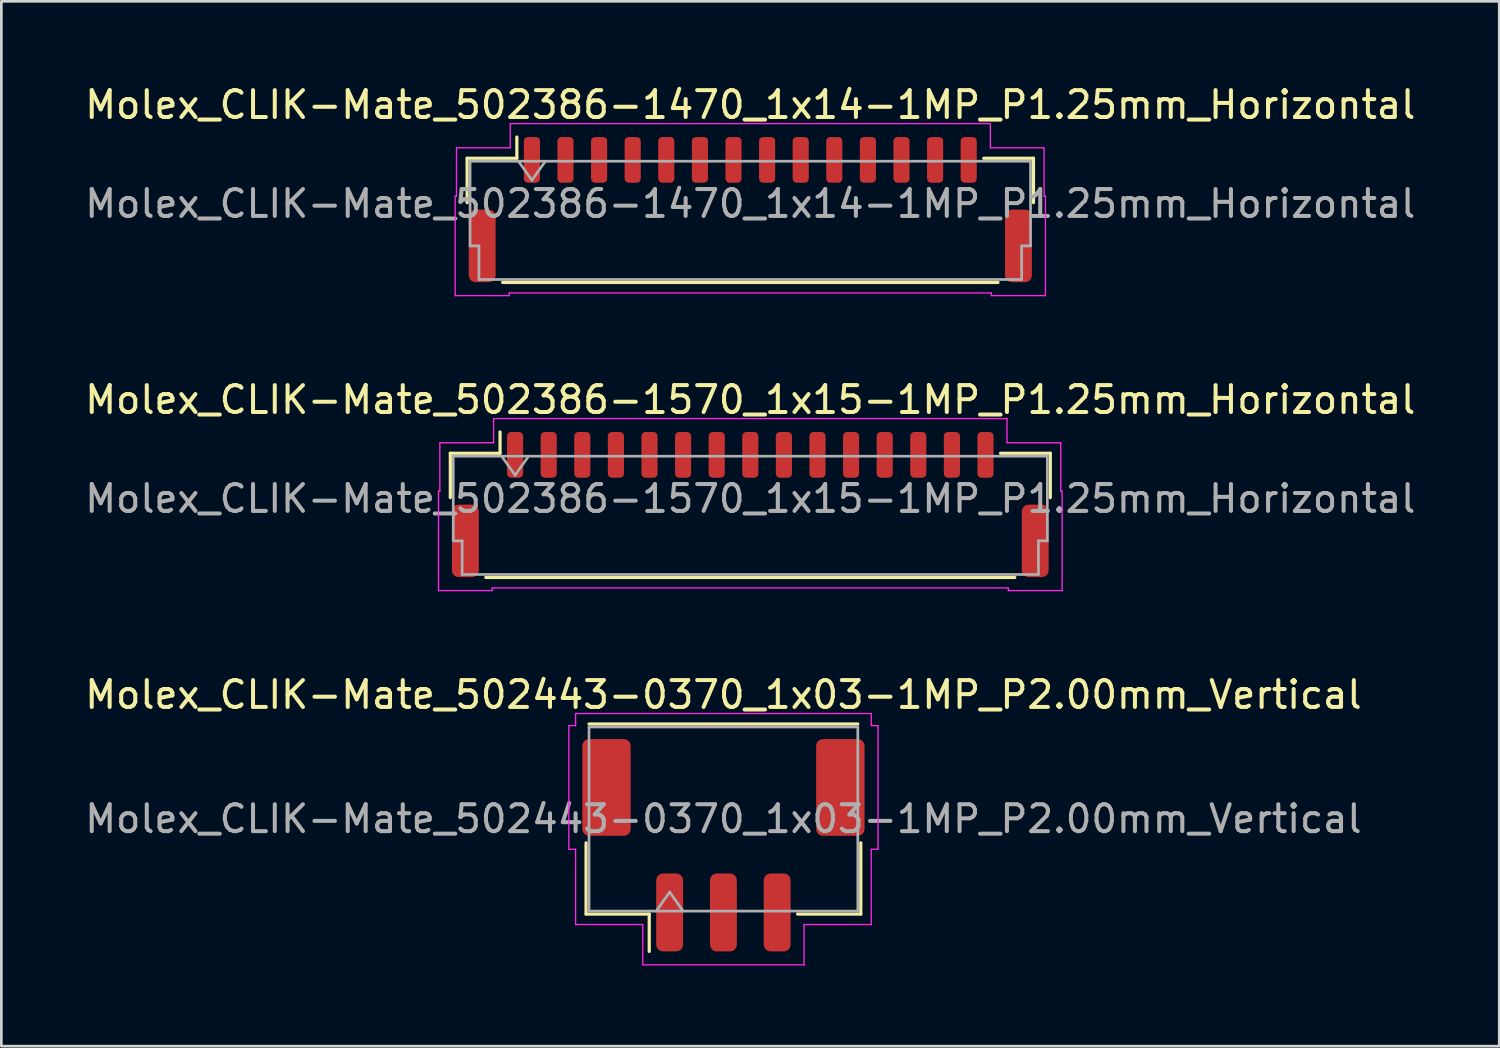
<source format=kicad_pcb>
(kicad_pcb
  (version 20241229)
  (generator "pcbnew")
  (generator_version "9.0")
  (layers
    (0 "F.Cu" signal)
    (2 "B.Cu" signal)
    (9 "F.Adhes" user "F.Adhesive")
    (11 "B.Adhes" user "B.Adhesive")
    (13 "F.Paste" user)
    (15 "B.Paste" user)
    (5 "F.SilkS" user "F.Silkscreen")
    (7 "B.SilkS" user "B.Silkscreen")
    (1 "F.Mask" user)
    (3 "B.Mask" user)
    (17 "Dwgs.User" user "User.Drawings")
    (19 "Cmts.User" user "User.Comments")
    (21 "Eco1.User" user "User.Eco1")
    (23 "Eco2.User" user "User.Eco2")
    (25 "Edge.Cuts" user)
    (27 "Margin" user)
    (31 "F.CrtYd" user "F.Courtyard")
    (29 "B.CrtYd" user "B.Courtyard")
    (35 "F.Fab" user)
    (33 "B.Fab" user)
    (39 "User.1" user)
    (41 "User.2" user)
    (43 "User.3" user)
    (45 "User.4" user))
  (footprint "Molex_CLIK-Mate_502386-1470_1x14-1MP_P1.25mm_Horizontal"
    (layer "F.Cu")
    (at 24.863 4.748)
    (property "Reference" "Molex_CLIK-Mate_502386-1470_1x14-1MP_P1.25mm_Horizontal" (at 0 -3.9 0) (layer "F.SilkS") (effects (font (size 1 1) (thickness 0.15))))
    (attr smd)
    (fp_line (start -10.535 -1.91) (end -8.685 -1.91) (stroke (width 0.12) (type solid)) (layer "F.SilkS"))
    (fp_line (start -10.535 -0.26) (end -10.535 -1.91) (stroke (width 0.12) (type solid)) (layer "F.SilkS"))
    (fp_line (start -9.215 2.71) (end 9.215 2.71) (stroke (width 0.12) (type solid)) (layer "F.SilkS"))
    (fp_line (start -8.685 -1.91) (end -8.685 -2.7) (stroke (width 0.12) (type solid)) (layer "F.SilkS"))
    (fp_line (start 10.535 -1.91) (end 8.685 -1.91) (stroke (width 0.12) (type solid)) (layer "F.SilkS"))
    (fp_line (start 10.535 -0.26) (end 10.535 -1.91) (stroke (width 0.12) (type solid)) (layer "F.SilkS"))
    (fp_line (start -10.98 -0.5) (end -10.93 -0.5) (stroke (width 0.05) (type solid)) (layer "F.CrtYd"))
    (fp_line (start -10.98 3.2) (end -10.98 -0.5) (stroke (width 0.05) (type solid)) (layer "F.CrtYd"))
    (fp_line (start -10.93 -2.3) (end -8.93 -2.3) (stroke (width 0.05) (type solid)) (layer "F.CrtYd"))
    (fp_line (start -10.93 -0.5) (end -10.93 -2.3) (stroke (width 0.05) (type solid)) (layer "F.CrtYd"))
    (fp_line (start -8.97 3.1) (end -8.97 3.2) (stroke (width 0.05) (type solid)) (layer "F.CrtYd"))
    (fp_line (start -8.97 3.2) (end -10.98 3.2) (stroke (width 0.05) (type solid)) (layer "F.CrtYd"))
    (fp_line (start -8.93 -3.2) (end 8.93 -3.2) (stroke (width 0.05) (type solid)) (layer "F.CrtYd"))
    (fp_line (start -8.93 -2.3) (end -8.93 -3.2) (stroke (width 0.05) (type solid)) (layer "F.CrtYd"))
    (fp_line (start 8.93 -3.2) (end 8.93 -2.3) (stroke (width 0.05) (type solid)) (layer "F.CrtYd"))
    (fp_line (start 8.93 -2.3) (end 10.93 -2.3) (stroke (width 0.05) (type solid)) (layer "F.CrtYd"))
    (fp_line (start 8.97 3.1) (end -8.97 3.1) (stroke (width 0.05) (type solid)) (layer "F.CrtYd"))
    (fp_line (start 8.97 3.2) (end 8.97 3.1) (stroke (width 0.05) (type solid)) (layer "F.CrtYd"))
    (fp_line (start 10.93 -2.3) (end 10.93 -0.5) (stroke (width 0.05) (type solid)) (layer "F.CrtYd"))
    (fp_line (start 10.93 -0.5) (end 10.98 -0.5) (stroke (width 0.05) (type solid)) (layer "F.CrtYd"))
    (fp_line (start 10.98 -0.5) (end 10.98 3.2) (stroke (width 0.05) (type solid)) (layer "F.CrtYd"))
    (fp_line (start 10.98 3.2) (end 8.97 3.2) (stroke (width 0.05) (type solid)) (layer "F.CrtYd"))
    (fp_line (start -10.425 -1.8) (end -10.425 1.35) (stroke (width 0.1) (type solid)) (layer "F.Fab"))
    (fp_line (start -10.425 -1.8) (end 10.425 -1.8) (stroke (width 0.1) (type solid)) (layer "F.Fab"))
    (fp_line (start -10.425 1.35) (end -10.095 1.35) (stroke (width 0.1) (type solid)) (layer "F.Fab"))
    (fp_line (start -10.095 1.35) (end -10.095 2.6) (stroke (width 0.1) (type solid)) (layer "F.Fab"))
    (fp_line (start -10.095 2.6) (end 10.095 2.6) (stroke (width 0.1) (type solid)) (layer "F.Fab"))
    (fp_line (start -8.625 -1.8) (end -8.125 -1.093) (stroke (width 0.1) (type solid)) (layer "F.Fab"))
    (fp_line (start -8.125 -1.093) (end -7.625 -1.8) (stroke (width 0.1) (type solid)) (layer "F.Fab"))
    (fp_line (start 10.095 1.35) (end 10.425 1.35) (stroke (width 0.1) (type solid)) (layer "F.Fab"))
    (fp_line (start 10.095 2.6) (end 10.095 1.35) (stroke (width 0.1) (type solid)) (layer "F.Fab"))
    (fp_line (start 10.425 -1.8) (end 10.425 1.35) (stroke (width 0.1) (type solid)) (layer "F.Fab"))
    (fp_text user "${REFERENCE}" (at 0 -0.22 0) (layer "F.Fab") (effects (font (size 1 1) (thickness 0.15))))
    (pad "1" smd roundrect (at -8.125 -1.85) (size 0.6 1.7) (layers "F.Cu" "F.Mask" "F.Paste") (roundrect_rratio 0.25))
    (pad "2" smd roundrect (at -6.875 -1.85) (size 0.6 1.7) (layers "F.Cu" "F.Mask" "F.Paste") (roundrect_rratio 0.25))
    (pad "3" smd roundrect (at -5.625 -1.85) (size 0.6 1.7) (layers "F.Cu" "F.Mask" "F.Paste") (roundrect_rratio 0.25))
    (pad "4" smd roundrect (at -4.375 -1.85) (size 0.6 1.7) (layers "F.Cu" "F.Mask" "F.Paste") (roundrect_rratio 0.25))
    (pad "5" smd roundrect (at -3.125 -1.85) (size 0.6 1.7) (layers "F.Cu" "F.Mask" "F.Paste") (roundrect_rratio 0.25))
    (pad "6" smd roundrect (at -1.875 -1.85) (size 0.6 1.7) (layers "F.Cu" "F.Mask" "F.Paste") (roundrect_rratio 0.25))
    (pad "7" smd roundrect (at -0.625 -1.85) (size 0.6 1.7) (layers "F.Cu" "F.Mask" "F.Paste") (roundrect_rratio 0.25))
    (pad "8" smd roundrect (at 0.625 -1.85) (size 0.6 1.7) (layers "F.Cu" "F.Mask" "F.Paste") (roundrect_rratio 0.25))
    (pad "9" smd roundrect (at 1.875 -1.85) (size 0.6 1.7) (layers "F.Cu" "F.Mask" "F.Paste") (roundrect_rratio 0.25))
    (pad "10" smd roundrect (at 3.125 -1.85) (size 0.6 1.7) (layers "F.Cu" "F.Mask" "F.Paste") (roundrect_rratio 0.25))
    (pad "11" smd roundrect (at 4.375 -1.85) (size 0.6 1.7) (layers "F.Cu" "F.Mask" "F.Paste") (roundrect_rratio 0.25))
    (pad "12" smd roundrect (at 5.625 -1.85) (size 0.6 1.7) (layers "F.Cu" "F.Mask" "F.Paste") (roundrect_rratio 0.25))
    (pad "13" smd roundrect (at 6.875 -1.85) (size 0.6 1.7) (layers "F.Cu" "F.Mask" "F.Paste") (roundrect_rratio 0.25))
    (pad "14" smd roundrect (at 8.125 -1.85) (size 0.6 1.7) (layers "F.Cu" "F.Mask" "F.Paste") (roundrect_rratio 0.25))
    (pad "MP" smd roundrect (at -9.975 1.35) (size 1 2.7) (layers "F.Cu" "F.Mask" "F.Paste") (roundrect_rratio 0.25))
    (pad "MP" smd roundrect (at 9.975 1.35) (size 1 2.7) (layers "F.Cu" "F.Mask" "F.Paste") (roundrect_rratio 0.25)))
  (footprint "Molex_CLIK-Mate_502386-1570_1x15-1MP_P1.25mm_Horizontal"
    (layer "F.Cu")
    (at 24.863 15.722)
    (property "Reference" "Molex_CLIK-Mate_502386-1570_1x15-1MP_P1.25mm_Horizontal" (at 0 -3.9 0) (layer "F.SilkS") (effects (font (size 1 1) (thickness 0.15))))
    (attr smd)
    (fp_line (start -11.16 -1.91) (end -9.31 -1.91) (stroke (width 0.12) (type solid)) (layer "F.SilkS"))
    (fp_line (start -11.16 -0.26) (end -11.16 -1.91) (stroke (width 0.12) (type solid)) (layer "F.SilkS"))
    (fp_line (start -9.84 2.71) (end 9.84 2.71) (stroke (width 0.12) (type solid)) (layer "F.SilkS"))
    (fp_line (start -9.31 -1.91) (end -9.31 -2.7) (stroke (width 0.12) (type solid)) (layer "F.SilkS"))
    (fp_line (start 11.16 -1.91) (end 9.31 -1.91) (stroke (width 0.12) (type solid)) (layer "F.SilkS"))
    (fp_line (start 11.16 -0.26) (end 11.16 -1.91) (stroke (width 0.12) (type solid)) (layer "F.SilkS"))
    (fp_line (start -11.6 -0.5) (end -11.55 -0.5) (stroke (width 0.05) (type solid)) (layer "F.CrtYd"))
    (fp_line (start -11.6 3.2) (end -11.6 -0.5) (stroke (width 0.05) (type solid)) (layer "F.CrtYd"))
    (fp_line (start -11.55 -2.3) (end -9.55 -2.3) (stroke (width 0.05) (type solid)) (layer "F.CrtYd"))
    (fp_line (start -11.55 -0.5) (end -11.55 -2.3) (stroke (width 0.05) (type solid)) (layer "F.CrtYd"))
    (fp_line (start -9.6 3.1) (end -9.6 3.2) (stroke (width 0.05) (type solid)) (layer "F.CrtYd"))
    (fp_line (start -9.6 3.2) (end -11.6 3.2) (stroke (width 0.05) (type solid)) (layer "F.CrtYd"))
    (fp_line (start -9.55 -3.2) (end 9.55 -3.2) (stroke (width 0.05) (type solid)) (layer "F.CrtYd"))
    (fp_line (start -9.55 -2.3) (end -9.55 -3.2) (stroke (width 0.05) (type solid)) (layer "F.CrtYd"))
    (fp_line (start 9.55 -3.2) (end 9.55 -2.3) (stroke (width 0.05) (type solid)) (layer "F.CrtYd"))
    (fp_line (start 9.55 -2.3) (end 11.55 -2.3) (stroke (width 0.05) (type solid)) (layer "F.CrtYd"))
    (fp_line (start 9.6 3.1) (end -9.6 3.1) (stroke (width 0.05) (type solid)) (layer "F.CrtYd"))
    (fp_line (start 9.6 3.2) (end 9.6 3.1) (stroke (width 0.05) (type solid)) (layer "F.CrtYd"))
    (fp_line (start 11.55 -2.3) (end 11.55 -0.5) (stroke (width 0.05) (type solid)) (layer "F.CrtYd"))
    (fp_line (start 11.55 -0.5) (end 11.6 -0.5) (stroke (width 0.05) (type solid)) (layer "F.CrtYd"))
    (fp_line (start 11.6 -0.5) (end 11.6 3.2) (stroke (width 0.05) (type solid)) (layer "F.CrtYd"))
    (fp_line (start 11.6 3.2) (end 9.6 3.2) (stroke (width 0.05) (type solid)) (layer "F.CrtYd"))
    (fp_line (start -11.05 -1.8) (end -11.05 1.35) (stroke (width 0.1) (type solid)) (layer "F.Fab"))
    (fp_line (start -11.05 -1.8) (end 11.05 -1.8) (stroke (width 0.1) (type solid)) (layer "F.Fab"))
    (fp_line (start -11.05 1.35) (end -10.72 1.35) (stroke (width 0.1) (type solid)) (layer "F.Fab"))
    (fp_line (start -10.72 1.35) (end -10.72 2.6) (stroke (width 0.1) (type solid)) (layer "F.Fab"))
    (fp_line (start -10.72 2.6) (end 10.72 2.6) (stroke (width 0.1) (type solid)) (layer "F.Fab"))
    (fp_line (start -9.25 -1.8) (end -8.75 -1.093) (stroke (width 0.1) (type solid)) (layer "F.Fab"))
    (fp_line (start -8.75 -1.093) (end -8.25 -1.8) (stroke (width 0.1) (type solid)) (layer "F.Fab"))
    (fp_line (start 10.72 1.35) (end 11.05 1.35) (stroke (width 0.1) (type solid)) (layer "F.Fab"))
    (fp_line (start 10.72 2.6) (end 10.72 1.35) (stroke (width 0.1) (type solid)) (layer "F.Fab"))
    (fp_line (start 11.05 -1.8) (end 11.05 1.35) (stroke (width 0.1) (type solid)) (layer "F.Fab"))
    (fp_text user "${REFERENCE}" (at 0 -0.22 0) (layer "F.Fab") (effects (font (size 1 1) (thickness 0.15))))
    (pad "1" smd roundrect (at -8.75 -1.85) (size 0.6 1.7) (layers "F.Cu" "F.Mask" "F.Paste") (roundrect_rratio 0.25))
    (pad "2" smd roundrect (at -7.5 -1.85) (size 0.6 1.7) (layers "F.Cu" "F.Mask" "F.Paste") (roundrect_rratio 0.25))
    (pad "3" smd roundrect (at -6.25 -1.85) (size 0.6 1.7) (layers "F.Cu" "F.Mask" "F.Paste") (roundrect_rratio 0.25))
    (pad "4" smd roundrect (at -5 -1.85) (size 0.6 1.7) (layers "F.Cu" "F.Mask" "F.Paste") (roundrect_rratio 0.25))
    (pad "5" smd roundrect (at -3.75 -1.85) (size 0.6 1.7) (layers "F.Cu" "F.Mask" "F.Paste") (roundrect_rratio 0.25))
    (pad "6" smd roundrect (at -2.5 -1.85) (size 0.6 1.7) (layers "F.Cu" "F.Mask" "F.Paste") (roundrect_rratio 0.25))
    (pad "7" smd roundrect (at -1.25 -1.85) (size 0.6 1.7) (layers "F.Cu" "F.Mask" "F.Paste") (roundrect_rratio 0.25))
    (pad "8" smd roundrect (at 0 -1.85) (size 0.6 1.7) (layers "F.Cu" "F.Mask" "F.Paste") (roundrect_rratio 0.25))
    (pad "9" smd roundrect (at 1.25 -1.85) (size 0.6 1.7) (layers "F.Cu" "F.Mask" "F.Paste") (roundrect_rratio 0.25))
    (pad "10" smd roundrect (at 2.5 -1.85) (size 0.6 1.7) (layers "F.Cu" "F.Mask" "F.Paste") (roundrect_rratio 0.25))
    (pad "11" smd roundrect (at 3.75 -1.85) (size 0.6 1.7) (layers "F.Cu" "F.Mask" "F.Paste") (roundrect_rratio 0.25))
    (pad "12" smd roundrect (at 5 -1.85) (size 0.6 1.7) (layers "F.Cu" "F.Mask" "F.Paste") (roundrect_rratio 0.25))
    (pad "13" smd roundrect (at 6.25 -1.85) (size 0.6 1.7) (layers "F.Cu" "F.Mask" "F.Paste") (roundrect_rratio 0.25))
    (pad "14" smd roundrect (at 7.5 -1.85) (size 0.6 1.7) (layers "F.Cu" "F.Mask" "F.Paste") (roundrect_rratio 0.25))
    (pad "15" smd roundrect (at 8.75 -1.85) (size 0.6 1.7) (layers "F.Cu" "F.Mask" "F.Paste") (roundrect_rratio 0.25))
    (pad "MP" smd roundrect (at -10.6 1.35) (size 1 2.7) (layers "F.Cu" "F.Mask" "F.Paste") (roundrect_rratio 0.25))
    (pad "MP" smd roundrect (at 10.6 1.35) (size 1 2.7) (layers "F.Cu" "F.Mask" "F.Paste") (roundrect_rratio 0.25)))
  (footprint "Molex_CLIK-Mate_502443-0370_1x03-1MP_P2.00mm_Vertical"
    (layer "F.Cu")
    (at 23.863 28.395)
    (property "Reference" "Molex_CLIK-Mate_502443-0370_1x03-1MP_P2.00mm_Vertical" (at 0 -5.6 0) (layer "F.SilkS") (effects (font (size 1 1) (thickness 0.15))))
    (attr smd)
    (fp_line (start -5.11 -0.09) (end -5.11 2.56) (stroke (width 0.12) (type solid)) (layer "F.SilkS"))
    (fp_line (start -5.11 2.56) (end -2.76 2.56) (stroke (width 0.12) (type solid)) (layer "F.SilkS"))
    (fp_line (start -5 -4.51) (end 5 -4.51) (stroke (width 0.12) (type solid)) (layer "F.SilkS"))
    (fp_line (start -2.76 2.56) (end -2.76 3.95) (stroke (width 0.12) (type solid)) (layer "F.SilkS"))
    (fp_line (start 5.11 -0.09) (end 5.11 2.56) (stroke (width 0.12) (type solid)) (layer "F.SilkS"))
    (fp_line (start 5.11 2.56) (end 2.76 2.56) (stroke (width 0.12) (type solid)) (layer "F.SilkS"))
    (fp_line (start -5.75 -4.45) (end -5.5 -4.45) (stroke (width 0.05) (type solid)) (layer "F.CrtYd"))
    (fp_line (start -5.75 0.15) (end -5.75 -4.45) (stroke (width 0.05) (type solid)) (layer "F.CrtYd"))
    (fp_line (start -5.5 -4.9) (end 5.5 -4.9) (stroke (width 0.05) (type solid)) (layer "F.CrtYd"))
    (fp_line (start -5.5 -4.45) (end -5.5 -4.9) (stroke (width 0.05) (type solid)) (layer "F.CrtYd"))
    (fp_line (start -5.5 0.15) (end -5.75 0.15) (stroke (width 0.05) (type solid)) (layer "F.CrtYd"))
    (fp_line (start -5.5 2.95) (end -5.5 0.15) (stroke (width 0.05) (type solid)) (layer "F.CrtYd"))
    (fp_line (start -3 2.95) (end -5.5 2.95) (stroke (width 0.05) (type solid)) (layer "F.CrtYd"))
    (fp_line (start -3 4.45) (end -3 2.95) (stroke (width 0.05) (type solid)) (layer "F.CrtYd"))
    (fp_line (start 3 2.95) (end 3 4.45) (stroke (width 0.05) (type solid)) (layer "F.CrtYd"))
    (fp_line (start 3 4.45) (end -3 4.45) (stroke (width 0.05) (type solid)) (layer "F.CrtYd"))
    (fp_line (start 5.5 -4.9) (end 5.5 -4.45) (stroke (width 0.05) (type solid)) (layer "F.CrtYd"))
    (fp_line (start 5.5 -4.45) (end 5.75 -4.45) (stroke (width 0.05) (type solid)) (layer "F.CrtYd"))
    (fp_line (start 5.5 0.15) (end 5.5 2.95) (stroke (width 0.05) (type solid)) (layer "F.CrtYd"))
    (fp_line (start 5.5 2.95) (end 3 2.95) (stroke (width 0.05) (type solid)) (layer "F.CrtYd"))
    (fp_line (start 5.75 -4.45) (end 5.75 0.15) (stroke (width 0.05) (type solid)) (layer "F.CrtYd"))
    (fp_line (start 5.75 0.15) (end 5.5 0.15) (stroke (width 0.05) (type solid)) (layer "F.CrtYd"))
    (fp_line (start -5 -4.4) (end 5 -4.4) (stroke (width 0.1) (type solid)) (layer "F.Fab"))
    (fp_line (start -5 2.45) (end -5 -4.4) (stroke (width 0.1) (type solid)) (layer "F.Fab"))
    (fp_line (start -5 2.45) (end 5 2.45) (stroke (width 0.1) (type solid)) (layer "F.Fab"))
    (fp_line (start -2.5 2.45) (end -2 1.743) (stroke (width 0.1) (type solid)) (layer "F.Fab"))
    (fp_line (start -2 1.743) (end -1.5 2.45) (stroke (width 0.1) (type solid)) (layer "F.Fab"))
    (fp_line (start 5 2.45) (end 5 -4.4) (stroke (width 0.1) (type solid)) (layer "F.Fab"))
    (fp_text user "${REFERENCE}" (at 0 -0.98 0) (layer "F.Fab") (effects (font (size 1 1) (thickness 0.15))))
    (pad "1" smd roundrect (at -2 2.5) (size 1 2.9) (layers "F.Cu" "F.Mask" "F.Paste") (roundrect_rratio 0.25))
    (pad "2" smd roundrect (at 0 2.5) (size 1 2.9) (layers "F.Cu" "F.Mask" "F.Paste") (roundrect_rratio 0.25))
    (pad "3" smd roundrect (at 2 2.5) (size 1 2.9) (layers "F.Cu" "F.Mask" "F.Paste") (roundrect_rratio 0.25))
    (pad "MP" smd roundrect (at -4.35 -2.15) (size 1.8 3.6) (layers "F.Cu" "F.Mask" "F.Paste") (roundrect_rratio 0.139))
    (pad "MP" smd roundrect (at 4.35 -2.15) (size 1.8 3.6) (layers "F.Cu" "F.Mask" "F.Paste") (roundrect_rratio 0.139)))
  (gr_rect
    (start -3 -3)
    (end 52.726 35.87)
    (stroke (width 0.1) (type default))
    (fill no)
    (layer "Edge.Cuts")))
</source>
